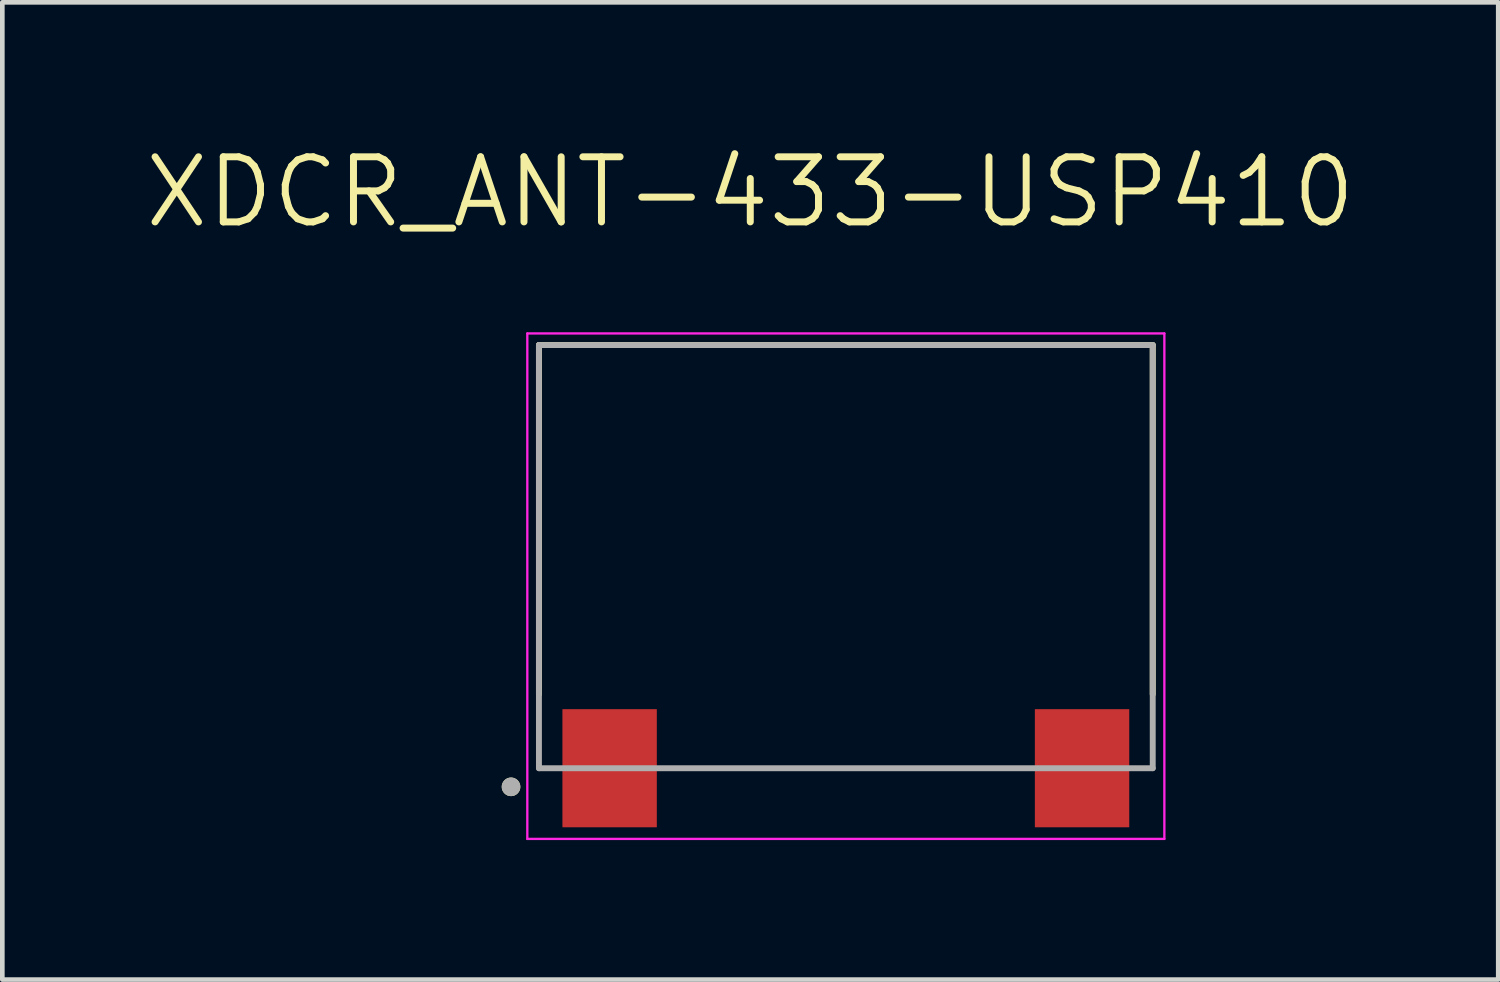
<source format=kicad_pcb>
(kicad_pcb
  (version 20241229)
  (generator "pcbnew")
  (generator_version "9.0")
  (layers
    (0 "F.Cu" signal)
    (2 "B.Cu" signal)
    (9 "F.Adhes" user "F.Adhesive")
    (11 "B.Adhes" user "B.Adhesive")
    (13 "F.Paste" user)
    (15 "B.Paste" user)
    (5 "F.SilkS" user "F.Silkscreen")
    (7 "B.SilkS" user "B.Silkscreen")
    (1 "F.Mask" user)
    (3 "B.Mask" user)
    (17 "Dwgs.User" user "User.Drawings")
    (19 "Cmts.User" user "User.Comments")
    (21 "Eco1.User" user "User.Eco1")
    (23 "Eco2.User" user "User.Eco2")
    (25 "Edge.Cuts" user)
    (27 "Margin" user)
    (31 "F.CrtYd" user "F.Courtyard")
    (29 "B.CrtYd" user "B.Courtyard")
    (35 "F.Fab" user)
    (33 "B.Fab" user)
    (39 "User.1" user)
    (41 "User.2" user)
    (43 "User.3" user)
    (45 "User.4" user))
  (footprint "XDCR_ANT-433-USP410"
    (layer "F.Cu")
    (at 15.14 13.471)
    (property "Reference" "XDCR_ANT-433-USP410" (at -2.055 -12.389 0) (layer "F.SilkS") (effects (font (size 1.4 1.4) (thickness 0.15))))
    (attr smd)
    (fp_line (start -6.6 -9.1) (end 6.6 -9.1) (stroke (width 0.127) (type solid)) (layer "F.SilkS"))
    (fp_line (start -6.6 -1.59) (end -6.6 -9.1) (stroke (width 0.127) (type solid)) (layer "F.SilkS"))
    (fp_line (start 6.6 -9.1) (end 6.6 -1.59) (stroke (width 0.127) (type solid)) (layer "F.SilkS"))
    (fp_circle (center -7.2 0.4) (end -7.1 0.4) (stroke (width 0.2) (type solid)) (fill no) (layer "F.SilkS"))
    (fp_line (start -6.85 -9.35) (end 6.85 -9.35) (stroke (width 0.05) (type solid)) (layer "F.CrtYd"))
    (fp_line (start -6.85 1.52) (end -6.85 -9.35) (stroke (width 0.05) (type solid)) (layer "F.CrtYd"))
    (fp_line (start 6.85 -9.35) (end 6.85 1.52) (stroke (width 0.05) (type solid)) (layer "F.CrtYd"))
    (fp_line (start 6.85 1.52) (end -6.85 1.52) (stroke (width 0.05) (type solid)) (layer "F.CrtYd"))
    (fp_line (start -6.6 -9.1) (end 6.6 -9.1) (stroke (width 0.127) (type solid)) (layer "F.Fab"))
    (fp_line (start -6.6 0) (end -6.6 -9.1) (stroke (width 0.127) (type solid)) (layer "F.Fab"))
    (fp_line (start 6.6 -9.1) (end 6.6 0) (stroke (width 0.127) (type solid)) (layer "F.Fab"))
    (fp_line (start 6.6 0) (end -6.6 0) (stroke (width 0.127) (type solid)) (layer "F.Fab"))
    (fp_circle (center -7.2 0.4) (end -7.1 0.4) (stroke (width 0.2) (type solid)) (fill no) (layer "F.Fab"))
    (pad "1" smd rect (at -5.08 0) (size 2.03 2.54) (layers "F.Cu" "F.Mask" "F.Paste"))
    (pad "2" smd rect (at 5.08 0) (size 2.03 2.54) (layers "F.Cu" "F.Mask" "F.Paste"))
    (zone (net_name "") (layer "F.Cu") (hatch full 0.508) (connect_pads) (min_thickness 0.01) (filled_areas_thickness no) (keepout (tracks not_allowed) (vias not_allowed) (pads not_allowed) (copperpour not_allowed) (footprints allowed)) (placement (enabled no)) (fill) (polygon (pts (xy 8.54 13.471) (xy 8.54 4.371) (xy 21.74 4.371) (xy 21.74 13.471) (xy 21.24 13.471) (xy 21.24 12.196) (xy 19.2 12.196) (xy 19.2 13.471) (xy 11.08 13.471) (xy 11.08 12.196) (xy 9.04 12.196) (xy 9.04 13.471))))
    (zone (net_name "") (layers "F.Cu" "B.Cu") (hatch full 0.508) (connect_pads) (min_thickness 0.01) (filled_areas_thickness no) (keepout (tracks allowed) (vias not_allowed) (pads allowed) (copperpour allowed) (footprints allowed)) (placement (enabled no)) (fill) (polygon (pts (xy 8.54 13.471) (xy 8.54 4.371) (xy 21.74 4.371) (xy 21.74 13.471) (xy 21.24 13.471) (xy 21.24 12.196) (xy 19.2 12.196) (xy 19.2 13.471) (xy 11.08 13.471) (xy 11.08 12.196) (xy 9.04 12.196) (xy 9.04 13.471)))))
  (gr_rect
    (start -3 -3)
    (end 29.17 18.016)
    (stroke (width 0.1) (type default))
    (fill no)
    (layer "Edge.Cuts")))
</source>
